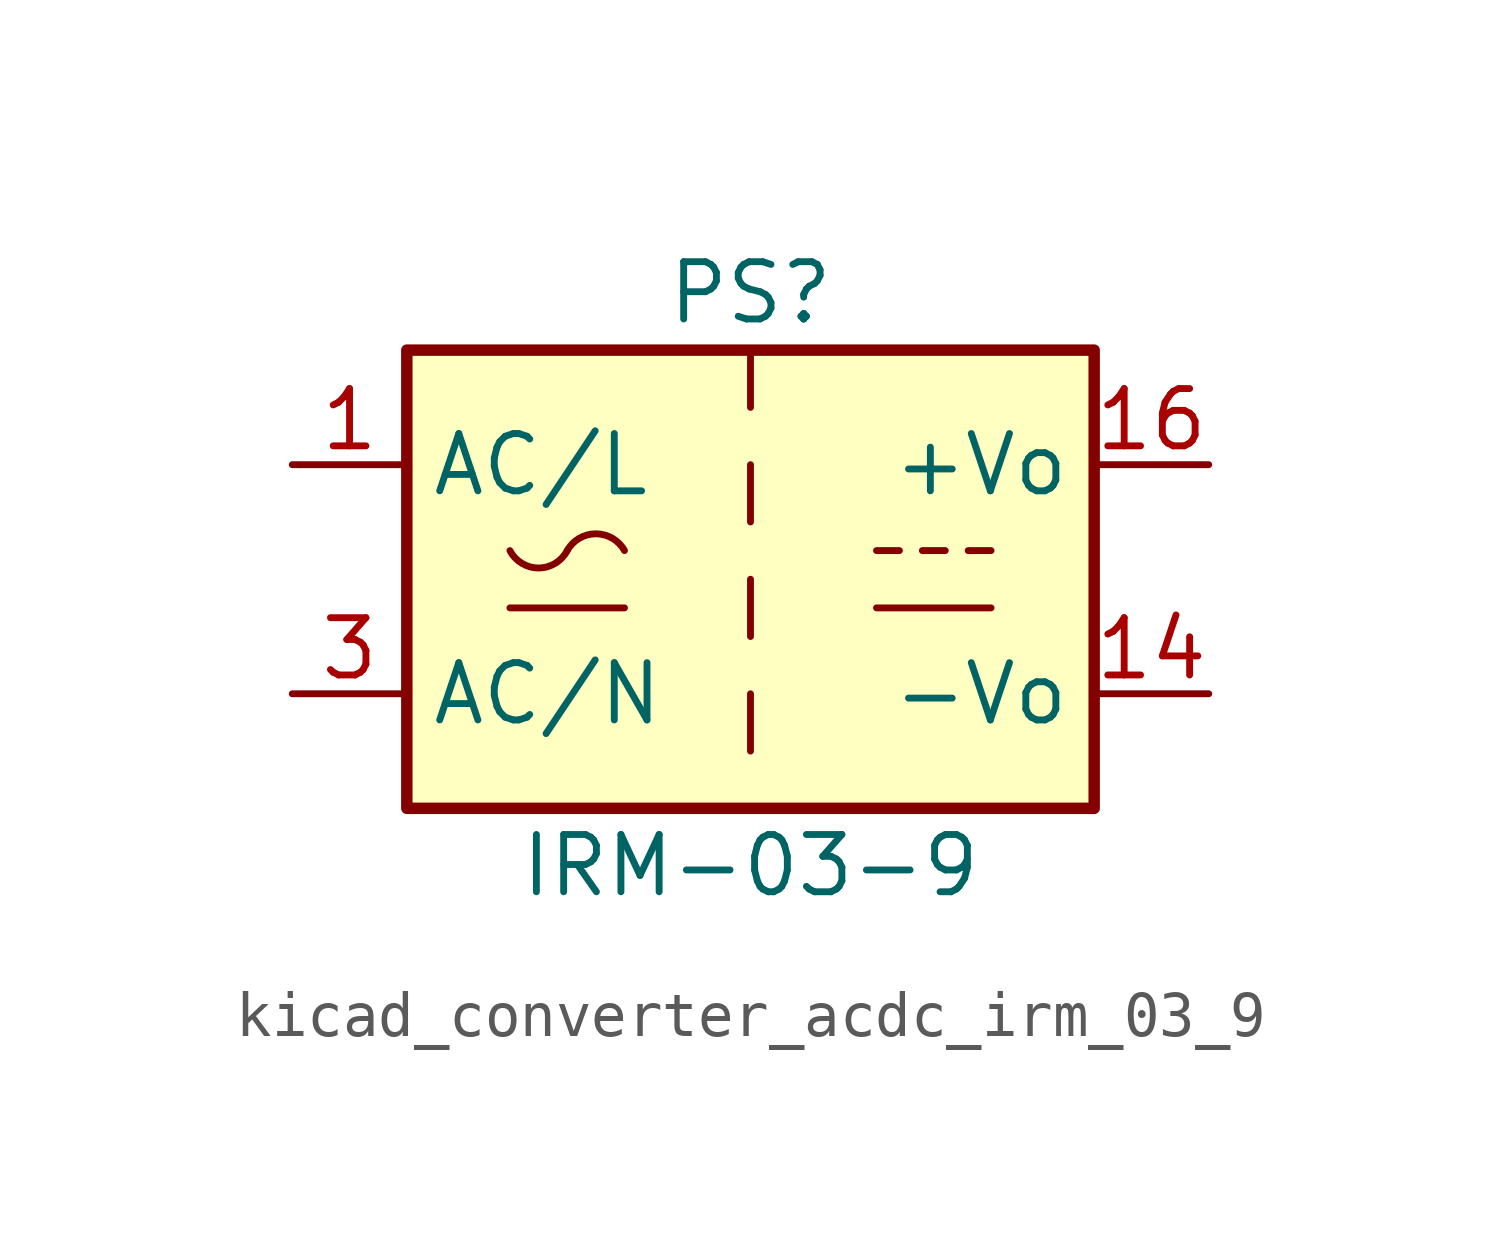
<source format=kicad_sym>
(kicad_symbol_lib
  (version 20220914)
  (generator kicad_symbol_editor)
  (symbol "kicad_converter_acdc_irm_03_9"
    (property "Reference" "PS"
      (at 0 6.35 0)
      (effects (font (size 1.27 1.27))))
    (property "Value" "IRM-03-9"
      (at 0 -6.35 0)
      (effects (font (size 1.27 1.27))))
    (symbol "kicad_converter_acdc_irm_03_9_0_1"
      (rectangle (start -7.62 5.08) (end 7.62 -5.08) (stroke (width 0.254) (type default)) (fill (type background)))
      (arc (start -5.334 0.635) (mid -4.699 0.2495) (end -4.064 0.635) (stroke (width 0) (type default)) (fill (type none)))
      (arc (start -2.794 0.635) (mid -3.429 1.0072) (end -4.064 0.635) (stroke (width 0) (type default)) (fill (type none)))
      (polyline (pts (xy -5.334 -0.635) (xy -2.794 -0.635)) (stroke (width 0) (type default)) (fill (type none)))
      (polyline (pts (xy 0 -2.54) (xy 0 -3.81)) (stroke (width 0) (type default)) (fill (type none)))
      (polyline (pts (xy 0 0) (xy 0 -1.27)) (stroke (width 0) (type default)) (fill (type none)))
      (polyline (pts (xy 0 2.54) (xy 0 1.27)) (stroke (width 0) (type default)) (fill (type none)))
      (polyline (pts (xy 0 5.08) (xy 0 3.81)) (stroke (width 0) (type default)) (fill (type none)))
      (polyline (pts (xy 2.794 -0.635) (xy 5.334 -0.635)) (stroke (width 0) (type default)) (fill (type none)))
      (polyline (pts (xy 2.794 0.635) (xy 3.302 0.635)) (stroke (width 0) (type default)) (fill (type none)))
      (polyline (pts (xy 3.81 0.635) (xy 4.318 0.635)) (stroke (width 0) (type default)) (fill (type none)))
      (polyline (pts (xy 4.826 0.635) (xy 5.334 0.635)) (stroke (width 0) (type default)) (fill (type none))))
    (symbol "kicad_converter_acdc_irm_03_9_1_1"
      (pin power_in line (at -10.16 2.54 0) (length 2.54) (name "AC/L" (effects (font (size 1.27 1.27)))) (number "1" (effects (font (size 1.27 1.27)))))
      (pin power_out line (at 10.16 -2.54 180) (length 2.54) (name "-Vo" (effects (font (size 1.27 1.27)))) (number "14" (effects (font (size 1.27 1.27)))))
      (pin power_out line (at 10.16 2.54 180) (length 2.54) (name "+Vo" (effects (font (size 1.27 1.27)))) (number "16" (effects (font (size 1.27 1.27)))))
      (pin power_in line (at -10.16 -2.54 0) (length 2.54) (name "AC/N" (effects (font (size 1.27 1.27)))) (number "3" (effects (font (size 1.27 1.27)))))
      (pin no_connect line (at -7.62 0 0) (length 2.54) hide (name "NC" (effects (font (size 1.27 1.27)))) (number "5" (effects (font (size 1.27 1.27))))))))
</source>
